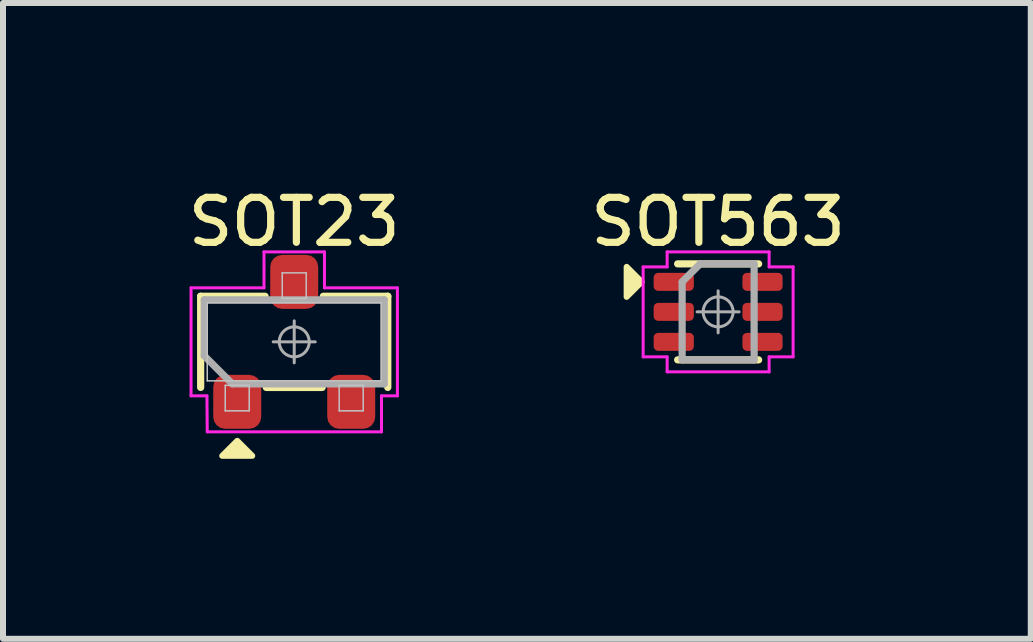
<source format=kicad_pcb>
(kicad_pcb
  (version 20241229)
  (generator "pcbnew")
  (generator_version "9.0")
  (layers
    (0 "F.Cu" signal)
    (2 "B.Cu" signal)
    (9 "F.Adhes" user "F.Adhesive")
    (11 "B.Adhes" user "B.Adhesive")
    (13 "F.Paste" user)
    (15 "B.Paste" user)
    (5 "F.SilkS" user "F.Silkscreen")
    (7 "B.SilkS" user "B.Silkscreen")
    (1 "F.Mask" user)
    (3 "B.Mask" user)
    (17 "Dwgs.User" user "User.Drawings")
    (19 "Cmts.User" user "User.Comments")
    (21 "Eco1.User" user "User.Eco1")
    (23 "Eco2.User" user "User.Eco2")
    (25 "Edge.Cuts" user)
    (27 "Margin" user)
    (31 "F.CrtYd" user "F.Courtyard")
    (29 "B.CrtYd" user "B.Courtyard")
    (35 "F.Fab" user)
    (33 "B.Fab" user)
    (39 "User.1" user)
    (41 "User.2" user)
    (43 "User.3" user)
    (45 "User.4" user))
  (footprint "SOT563"
    (layer "F.Cu")
    (at 8.922 2.149)
    (property "Reference" "SOT563" (at 0 -1.5 0) (layer "F.SilkS") (effects (font (size 0.75 0.75) (thickness 0.12))))
    (attr smd)
    (fp_line (start -0.675 -0.8) (end 0.675 -0.8) (stroke (width 0.12) (type solid)) (layer "F.SilkS"))
    (fp_line (start 0.675 0.8) (end -0.675 0.8) (stroke (width 0.12) (type solid)) (layer "F.SilkS"))
    (fp_poly (pts (xy -1.275 -0.5) (xy -1.525 -0.25) (xy -1.525 -0.75)) (stroke (width 0.1) (type solid)) (fill yes) (layer "F.SilkS"))
    (fp_line (start -1.25 -0.75) (end -1.25 0.75) (stroke (width 0.05) (type solid)) (layer "F.CrtYd"))
    (fp_line (start -1.25 0.75) (end -0.85 0.75) (stroke (width 0.05) (type solid)) (layer "F.CrtYd"))
    (fp_line (start -0.85 -1) (end -0.85 -0.75) (stroke (width 0.05) (type solid)) (layer "F.CrtYd"))
    (fp_line (start -0.85 -0.75) (end -1.25 -0.75) (stroke (width 0.05) (type solid)) (layer "F.CrtYd"))
    (fp_line (start -0.85 0.75) (end -0.85 1) (stroke (width 0.05) (type solid)) (layer "F.CrtYd"))
    (fp_line (start -0.85 1) (end 0.85 1) (stroke (width 0.05) (type solid)) (layer "F.CrtYd"))
    (fp_line (start 0.85 -1) (end -0.85 -1) (stroke (width 0.05) (type solid)) (layer "F.CrtYd"))
    (fp_line (start 0.85 -0.75) (end 0.85 -1) (stroke (width 0.05) (type solid)) (layer "F.CrtYd"))
    (fp_line (start 0.85 0.75) (end 1.25 0.75) (stroke (width 0.05) (type solid)) (layer "F.CrtYd"))
    (fp_line (start 0.85 1) (end 0.85 0.75) (stroke (width 0.05) (type solid)) (layer "F.CrtYd"))
    (fp_line (start 1.25 -0.75) (end 0.85 -0.75) (stroke (width 0.05) (type solid)) (layer "F.CrtYd"))
    (fp_line (start 1.25 0.75) (end 1.25 -0.75) (stroke (width 0.05) (type solid)) (layer "F.CrtYd"))
    (fp_line (start -0.6 -0.5) (end -0.3 -0.8) (stroke (width 0.12) (type solid)) (layer "F.Fab"))
    (fp_line (start -0.6 0.8) (end -0.6 -0.5) (stroke (width 0.12) (type solid)) (layer "F.Fab"))
    (fp_line (start -0.3 -0.8) (end 0.6 -0.8) (stroke (width 0.12) (type solid)) (layer "F.Fab"))
    (fp_line (start 0 -0.35) (end 0 0.35) (stroke (width 0.05) (type solid)) (layer "F.Fab"))
    (fp_line (start 0.35 0) (end -0.35 0) (stroke (width 0.05) (type solid)) (layer "F.Fab"))
    (fp_line (start 0.6 -0.8) (end 0.6 0.8) (stroke (width 0.12) (type solid)) (layer "F.Fab"))
    (fp_line (start 0.6 0.8) (end -0.6 0.8) (stroke (width 0.12) (type solid)) (layer "F.Fab"))
    (fp_circle (center 0 0) (end 0 0.25) (stroke (width 0.05) (type solid)) (fill no) (layer "F.Fab"))
    (pad "1" smd roundrect (at -0.74 -0.5) (size 0.67 0.3) (layers "F.Cu" "F.Mask" "F.Paste") (roundrect_rratio 0.25))
    (pad "2" smd roundrect (at -0.74 0) (size 0.67 0.3) (layers "F.Cu" "F.Mask" "F.Paste") (roundrect_rratio 0.25))
    (pad "3" smd roundrect (at -0.74 0.5) (size 0.67 0.3) (layers "F.Cu" "F.Mask" "F.Paste") (roundrect_rratio 0.25))
    (pad "4" smd roundrect (at 0.74 0.5) (size 0.67 0.3) (layers "F.Cu" "F.Mask" "F.Paste") (roundrect_rratio 0.25))
    (pad "5" smd roundrect (at 0.74 0) (size 0.67 0.3) (layers "F.Cu" "F.Mask" "F.Paste") (roundrect_rratio 0.25))
    (pad "6" smd roundrect (at 0.74 -0.5) (size 0.67 0.3) (layers "F.Cu" "F.Mask" "F.Paste") (roundrect_rratio 0.25)))
  (footprint "SOT23"
    (layer "F.Cu")
    (at 1.855 2.649)
    (property "Reference" "SOT23" (at 0 -2 0) (layer "F.SilkS") (effects (font (size 0.75 0.75) (thickness 0.12))))
    (attr smd)
    (fp_line (start -1.56 -0.76) (end -0.485 -0.76) (stroke (width 0.12) (type solid)) (layer "F.SilkS"))
    (fp_line (start -1.56 0.76) (end -1.56 -0.76) (stroke (width 0.12) (type solid)) (layer "F.SilkS"))
    (fp_line (start 0.466 0.76) (end -0.466 0.76) (stroke (width 0.12) (type solid)) (layer "F.SilkS"))
    (fp_line (start 0.485 -0.76) (end 1.56 -0.76) (stroke (width 0.12) (type solid)) (layer "F.SilkS"))
    (fp_line (start 1.56 -0.76) (end 1.56 0.76) (stroke (width 0.12) (type solid)) (layer "F.SilkS"))
    (fp_poly (pts (xy -0.95 1.65) (xy -0.7 1.9) (xy -1.2 1.9)) (stroke (width 0.1) (type solid)) (fill yes) (layer "F.SilkS"))
    (fp_line (start -1.45 -0.65) (end 1.45 -0.65) (stroke (width 0.025) (type solid)) (layer "Dwgs.User"))
    (fp_line (start -1.45 0.65) (end -1.45 -0.65) (stroke (width 0.025) (type solid)) (layer "Dwgs.User"))
    (fp_line (start -1.15 0.725) (end -0.75 0.725) (stroke (width 0.025) (type solid)) (layer "Dwgs.User"))
    (fp_line (start -1.15 1.15) (end -1.15 0.725) (stroke (width 0.025) (type solid)) (layer "Dwgs.User"))
    (fp_line (start -0.75 0.725) (end -0.75 1.15) (stroke (width 0.025) (type solid)) (layer "Dwgs.User"))
    (fp_line (start -0.75 1.15) (end -1.15 1.15) (stroke (width 0.025) (type solid)) (layer "Dwgs.User"))
    (fp_line (start -0.2 -1.15) (end 0.2 -1.15) (stroke (width 0.025) (type solid)) (layer "Dwgs.User"))
    (fp_line (start -0.2 -0.725) (end -0.2 -1.15) (stroke (width 0.025) (type solid)) (layer "Dwgs.User"))
    (fp_line (start 0.2 -1.15) (end 0.2 -0.725) (stroke (width 0.025) (type solid)) (layer "Dwgs.User"))
    (fp_line (start 0.2 -0.725) (end -0.2 -0.725) (stroke (width 0.025) (type solid)) (layer "Dwgs.User"))
    (fp_line (start 0.75 0.725) (end 1.15 0.725) (stroke (width 0.025) (type solid)) (layer "Dwgs.User"))
    (fp_line (start 0.75 1.15) (end 0.75 0.725) (stroke (width 0.025) (type solid)) (layer "Dwgs.User"))
    (fp_line (start 1.15 0.725) (end 1.15 1.15) (stroke (width 0.025) (type solid)) (layer "Dwgs.User"))
    (fp_line (start 1.15 1.15) (end 0.75 1.15) (stroke (width 0.025) (type solid)) (layer "Dwgs.User"))
    (fp_line (start 1.45 -0.65) (end 1.45 0.65) (stroke (width 0.025) (type solid)) (layer "Dwgs.User"))
    (fp_line (start 1.45 0.65) (end -1.45 0.65) (stroke (width 0.025) (type solid)) (layer "Dwgs.User"))
    (fp_line (start -1.72 -0.9) (end -1.72 0.9) (stroke (width 0.05) (type solid)) (layer "F.CrtYd"))
    (fp_line (start -1.72 0.9) (end -1.455 0.9) (stroke (width 0.05) (type solid)) (layer "F.CrtYd"))
    (fp_line (start -1.455 0.9) (end -1.45 1.5) (stroke (width 0.05) (type solid)) (layer "F.CrtYd"))
    (fp_line (start -1.45 1.5) (end 1.455 1.5) (stroke (width 0.05) (type solid)) (layer "F.CrtYd"))
    (fp_line (start -0.504 -1.5) (end -0.504 -0.9) (stroke (width 0.05) (type solid)) (layer "F.CrtYd"))
    (fp_line (start -0.504 -0.9) (end -1.72 -0.9) (stroke (width 0.05) (type solid)) (layer "F.CrtYd"))
    (fp_line (start 0.504 -1.5) (end -0.504 -1.5) (stroke (width 0.05) (type solid)) (layer "F.CrtYd"))
    (fp_line (start 0.504 -0.9) (end 0.504 -1.5) (stroke (width 0.05) (type solid)) (layer "F.CrtYd"))
    (fp_line (start 1.455 0.9) (end 1.72 0.9) (stroke (width 0.05) (type solid)) (layer "F.CrtYd"))
    (fp_line (start 1.455 1.5) (end 1.455 0.9) (stroke (width 0.05) (type solid)) (layer "F.CrtYd"))
    (fp_line (start 1.72 -0.9) (end 0.504 -0.9) (stroke (width 0.05) (type solid)) (layer "F.CrtYd"))
    (fp_line (start 1.72 0.9) (end 1.72 -0.9) (stroke (width 0.05) (type solid)) (layer "F.CrtYd"))
    (fp_line (start -1.5 -0.7) (end 1.5 -0.7) (stroke (width 0.12) (type solid)) (layer "F.Fab"))
    (fp_line (start -1.5 0.233) (end -1.5 -0.7) (stroke (width 0.12) (type solid)) (layer "F.Fab"))
    (fp_line (start -1.033 0.7) (end -1.5 0.233) (stroke (width 0.12) (type solid)) (layer "F.Fab"))
    (fp_line (start -0.35 0) (end 0.35 0) (stroke (width 0.05) (type solid)) (layer "F.Fab"))
    (fp_line (start 0 -0.35) (end 0 0.35) (stroke (width 0.05) (type solid)) (layer "F.Fab"))
    (fp_line (start 1.5 -0.7) (end 1.5 0.7) (stroke (width 0.12) (type solid)) (layer "F.Fab"))
    (fp_line (start 1.5 0.7) (end -1.033 0.7) (stroke (width 0.12) (type solid)) (layer "F.Fab"))
    (fp_circle (center 0 0) (end 0.25 0) (stroke (width 0.05) (type solid)) (fill no) (layer "F.Fab"))
    (pad "1" smd roundrect (at -0.95 1) (size 0.8 0.9) (layers "F.Cu" "F.Mask" "F.Paste") (roundrect_rratio 0.25))
    (pad "2" smd roundrect (at 0.95 1) (size 0.8 0.9) (layers "F.Cu" "F.Mask" "F.Paste") (roundrect_rratio 0.25))
    (pad "3" smd roundrect (at 0 -1) (size 0.8 0.9) (layers "F.Cu" "F.Mask" "F.Paste") (roundrect_rratio 0.25)))
  (gr_rect
    (start -3 -3)
    (end 14.134 7.599)
    (stroke (width 0.1) (type default))
    (fill no)
    (layer "Edge.Cuts")))
</source>
